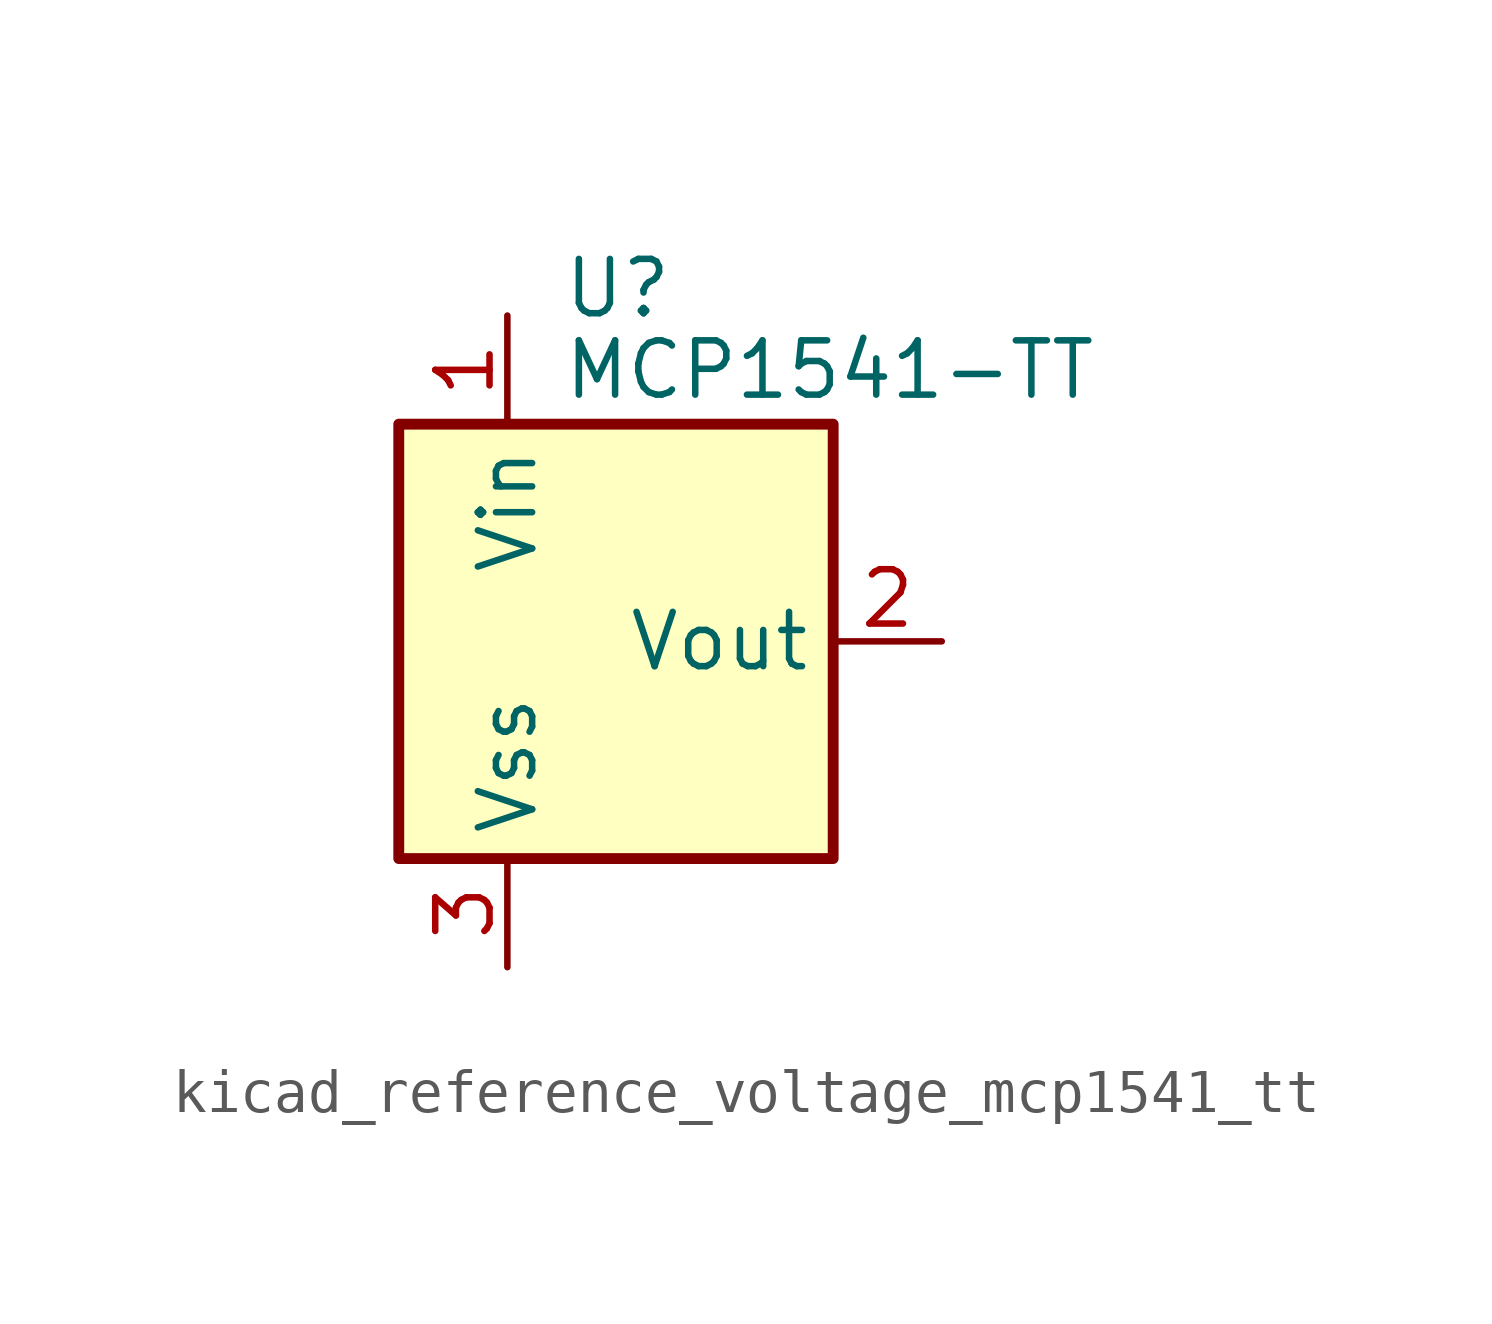
<source format=kicad_sym>
(kicad_symbol_lib
  (version 20220914)
  (generator kicad_symbol_editor)
  (symbol "kicad_reference_voltage_mcp1541_tt"
    (property "Reference" "U"
      (at 1.27 8.255 0)
      (effects (font (size 1.27 1.27)) (justify left)))
    (property "Value" "MCP1541-TT"
      (at 1.27 6.35 0)
      (effects (font (size 1.27 1.27)) (justify left)))
    (symbol "kicad_reference_voltage_mcp1541_tt_0_1"
      (rectangle (start -2.54 5.08) (end 7.62 -5.08) (stroke (width 0.254) (type default)) (fill (type background))))
    (symbol "kicad_reference_voltage_mcp1541_tt_1_1"
      (pin power_in line (at 0 7.62 270) (length 2.54) (name "Vin" (effects (font (size 1.27 1.27)))) (number "1" (effects (font (size 1.27 1.27)))))
      (pin power_out line (at 10.16 0 180) (length 2.54) (name "Vout" (effects (font (size 1.27 1.27)))) (number "2" (effects (font (size 1.27 1.27)))))
      (pin power_in line (at 0 -7.62 90) (length 2.54) (name "Vss" (effects (font (size 1.27 1.27)))) (number "3" (effects (font (size 1.27 1.27))))))))
</source>
